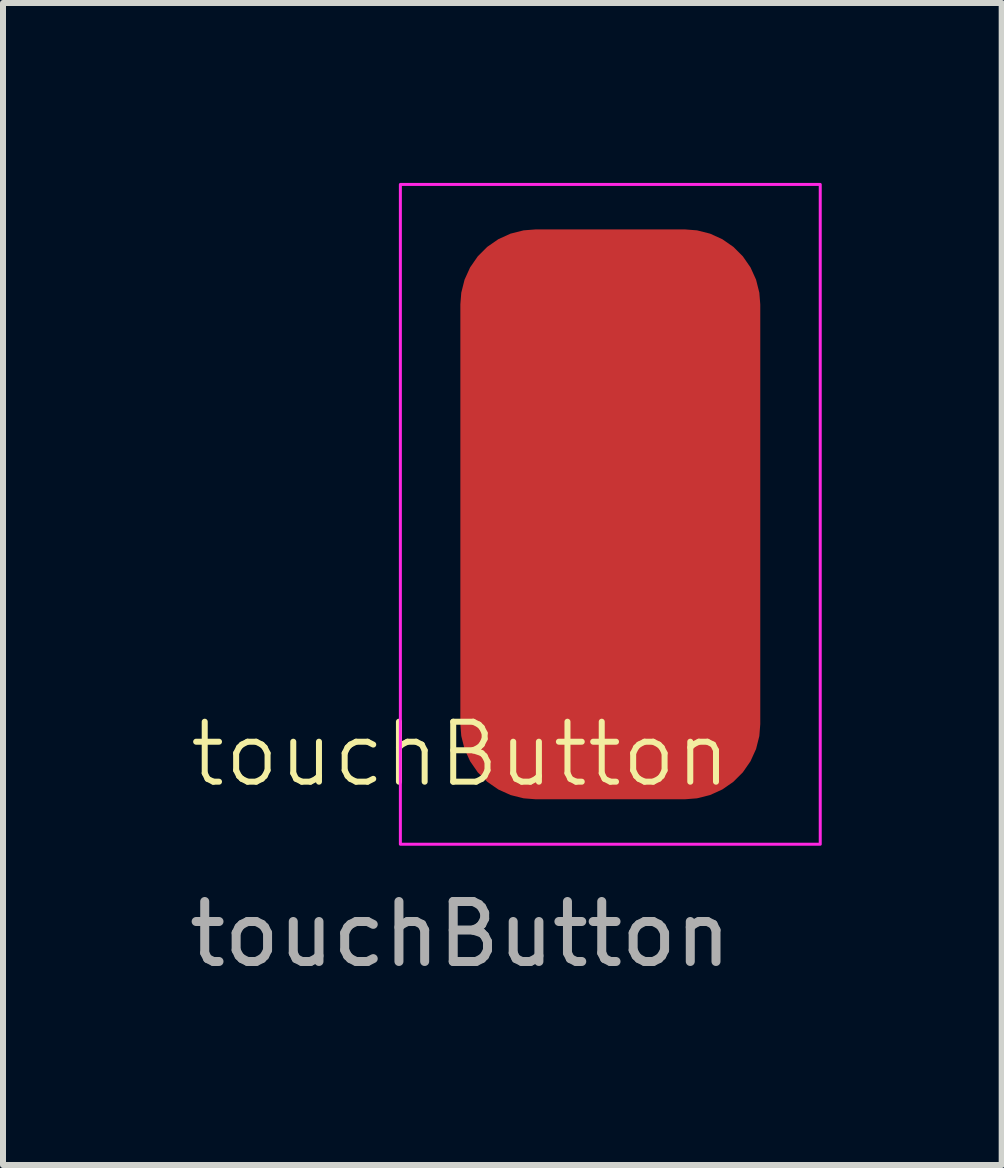
<source format=kicad_pcb>
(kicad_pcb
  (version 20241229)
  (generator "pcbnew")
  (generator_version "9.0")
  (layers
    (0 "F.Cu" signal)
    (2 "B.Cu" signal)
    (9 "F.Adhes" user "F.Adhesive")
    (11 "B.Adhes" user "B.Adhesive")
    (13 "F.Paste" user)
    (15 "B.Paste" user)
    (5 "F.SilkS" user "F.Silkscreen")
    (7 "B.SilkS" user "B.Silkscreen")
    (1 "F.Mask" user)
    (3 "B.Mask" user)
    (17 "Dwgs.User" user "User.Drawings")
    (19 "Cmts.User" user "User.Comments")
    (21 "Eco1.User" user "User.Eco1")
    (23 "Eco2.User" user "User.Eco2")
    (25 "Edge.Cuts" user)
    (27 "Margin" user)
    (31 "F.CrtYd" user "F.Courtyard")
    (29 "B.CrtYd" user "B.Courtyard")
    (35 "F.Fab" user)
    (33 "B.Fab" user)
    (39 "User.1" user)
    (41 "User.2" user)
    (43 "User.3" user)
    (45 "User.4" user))
  (footprint "touchButton"
    (layer "F.Cu")
    (at 4.625 10.025)
    (property "Reference" "touchButton" (at 0 -0.5 0) (unlocked yes) (layer "F.SilkS") (effects (font (size 1 1) (thickness 0.1))))
    (attr smd)
    (fp_rect (start -1 -10) (end 6 1) (stroke (width 0.05) (type default)) (fill no) (layer "F.CrtYd"))
    (fp_text user "${REFERENCE}" (at 0 2.5 0) (unlocked yes) (layer "F.Fab") (effects (font (size 1 1) (thickness 0.15))))
    (pad "1" smd roundrect (at 2.5 -4.5) (size 5 9.5) (layers "F.Cu" "F.Mask" "F.Paste") (roundrect_rratio 0.25)))
  (gr_rect
    (start -3 -3)
    (end 13.65 16.373)
    (stroke (width 0.1) (type default))
    (fill no)
    (layer "Edge.Cuts")))
</source>
